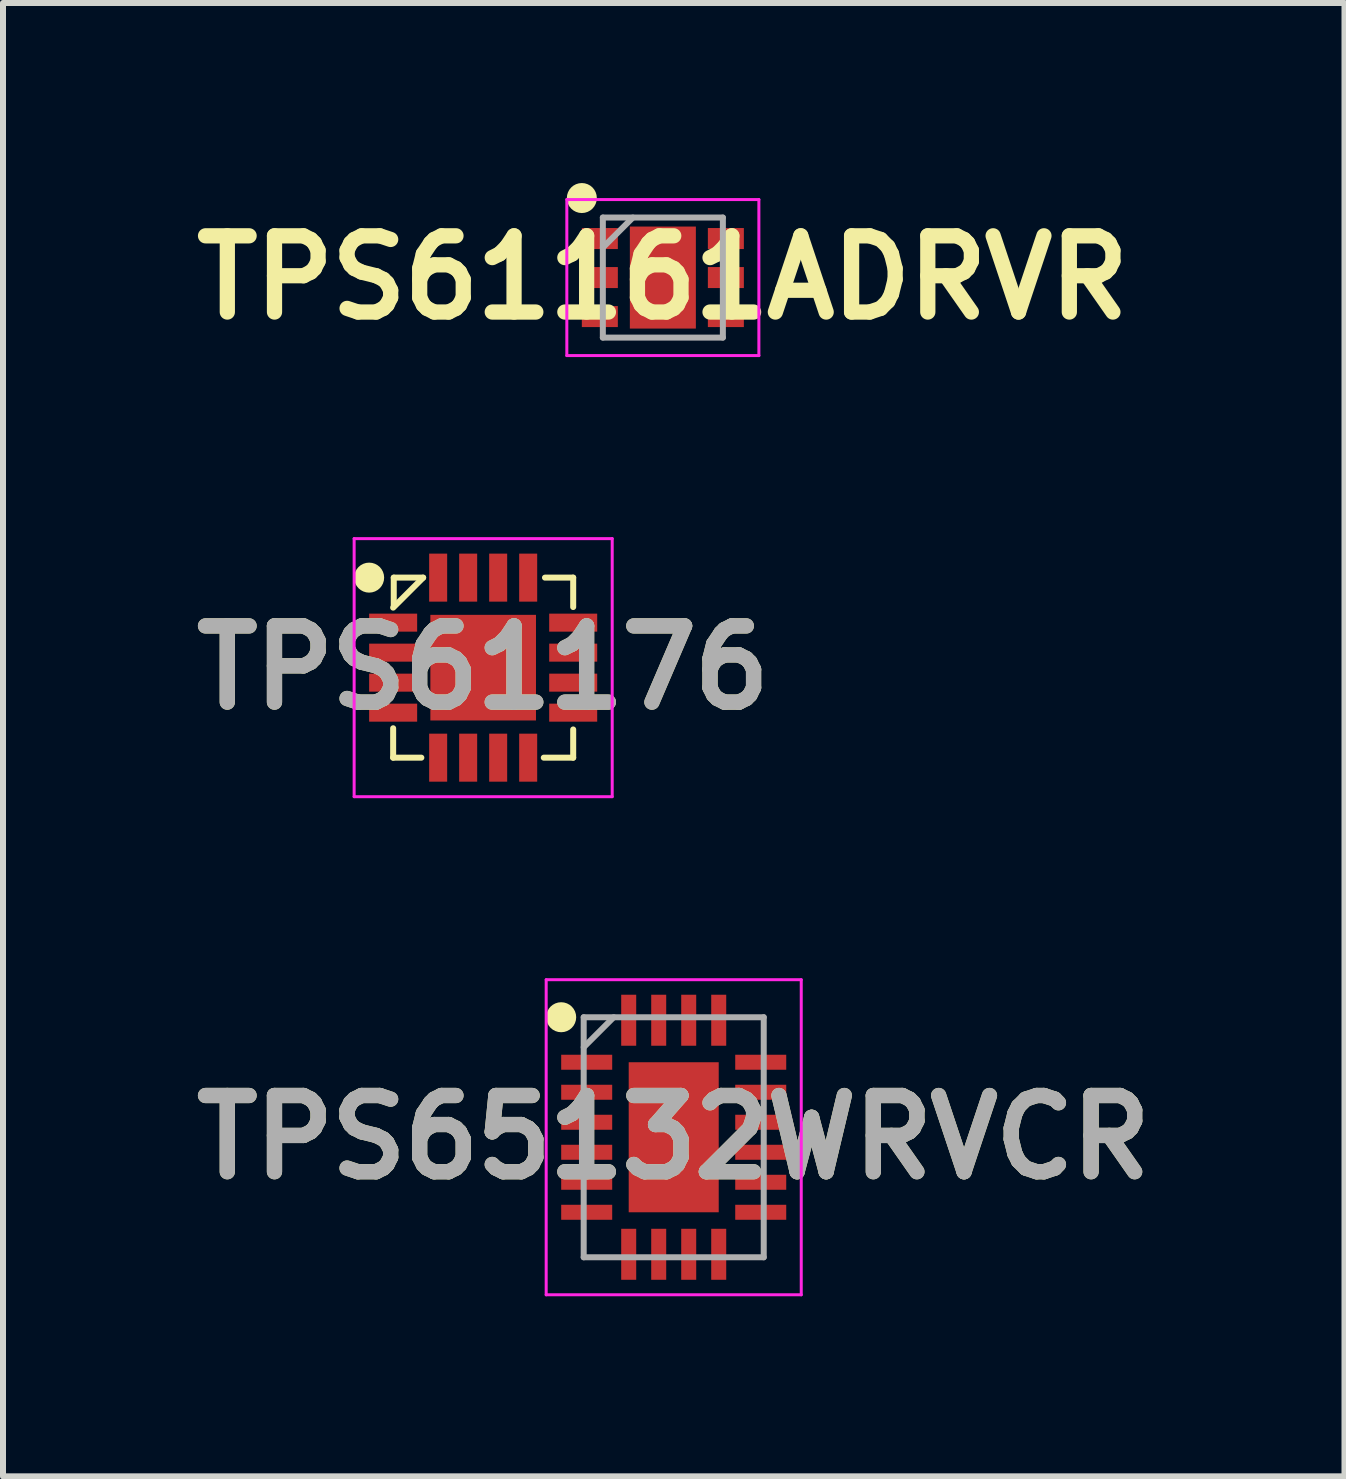
<source format=kicad_pcb>
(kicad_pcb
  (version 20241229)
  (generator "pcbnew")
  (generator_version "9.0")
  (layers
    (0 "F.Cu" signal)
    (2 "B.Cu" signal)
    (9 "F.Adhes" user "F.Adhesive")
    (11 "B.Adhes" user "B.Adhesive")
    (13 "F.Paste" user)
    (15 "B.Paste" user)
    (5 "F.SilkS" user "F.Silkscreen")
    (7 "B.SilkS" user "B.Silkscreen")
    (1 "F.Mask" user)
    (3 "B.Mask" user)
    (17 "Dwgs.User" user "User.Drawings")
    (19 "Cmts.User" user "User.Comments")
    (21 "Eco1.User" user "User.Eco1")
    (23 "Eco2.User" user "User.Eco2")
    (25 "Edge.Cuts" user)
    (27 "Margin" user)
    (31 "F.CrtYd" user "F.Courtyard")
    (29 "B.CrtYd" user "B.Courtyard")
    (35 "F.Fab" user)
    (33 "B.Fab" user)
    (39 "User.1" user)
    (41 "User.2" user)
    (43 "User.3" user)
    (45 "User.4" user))
  (footprint "TPS61161ADRVR"
    (layer "F.Cu")
    (at 7.995 1.575)
    (property "Reference" "TPS61161ADRVR" (at 0 0 0) (layer "F.SilkS") (effects (font (size 1.27 1.27) (thickness 0.254))))
    (attr smd)
    (fp_circle (center -1.35 -1.325) (end -1.35 -1.2) (stroke (width 0.25) (type solid)) (fill no) (layer "F.SilkS"))
    (fp_line (start -1.6 -1.3) (end 1.6 -1.3) (stroke (width 0.05) (type solid)) (layer "F.CrtYd"))
    (fp_line (start -1.6 1.3) (end -1.6 -1.3) (stroke (width 0.05) (type solid)) (layer "F.CrtYd"))
    (fp_line (start 1.6 -1.3) (end 1.6 1.3) (stroke (width 0.05) (type solid)) (layer "F.CrtYd"))
    (fp_line (start 1.6 1.3) (end -1.6 1.3) (stroke (width 0.05) (type solid)) (layer "F.CrtYd"))
    (fp_line (start -1 -1) (end 1 -1) (stroke (width 0.1) (type solid)) (layer "F.Fab"))
    (fp_line (start -1 -0.5) (end -0.5 -1) (stroke (width 0.1) (type solid)) (layer "F.Fab"))
    (fp_line (start -1 1) (end -1 -1) (stroke (width 0.1) (type solid)) (layer "F.Fab"))
    (fp_line (start 1 -1) (end 1 1) (stroke (width 0.1) (type solid)) (layer "F.Fab"))
    (fp_line (start 1 1) (end -1 1) (stroke (width 0.1) (type solid)) (layer "F.Fab"))
    (pad "1" smd rect (at -1.05 -0.65 90) (size 0.35 0.6) (layers "F.Cu" "F.Mask" "F.Paste"))
    (pad "2" smd rect (at -1.05 0 90) (size 0.35 0.6) (layers "F.Cu" "F.Mask" "F.Paste"))
    (pad "3" smd rect (at -1.05 0.65 90) (size 0.35 0.6) (layers "F.Cu" "F.Mask" "F.Paste"))
    (pad "4" smd rect (at 1.05 0.65 90) (size 0.35 0.6) (layers "F.Cu" "F.Mask" "F.Paste"))
    (pad "5" smd rect (at 1.05 0 90) (size 0.35 0.6) (layers "F.Cu" "F.Mask" "F.Paste"))
    (pad "6" smd rect (at 1.05 -0.65 90) (size 0.35 0.6) (layers "F.Cu" "F.Mask" "F.Paste"))
    (pad "7" smd rect (at 0 0) (size 1.1 1.7) (layers "F.Cu" "F.Mask" "F.Paste")))
  (footprint "TPS65132WRVCR"
    (layer "F.Cu")
    (at 8.176 15.9)
    (property "Reference" "TPS65132WRVCR" (at 0 0 0) (layer "F.SilkS") (effects (font (size 1.27 1.27) (thickness 0.254))))
    (attr smd)
    (fp_circle (center -1.875 -2) (end -1.875 -1.875) (stroke (width 0.25) (type solid)) (fill no) (layer "F.SilkS"))
    (fp_rect (start -0.645 -1.14) (end 0.635 -0.14) (stroke (width 0.12) (type solid)) (fill yes) (layer "F.Paste"))
    (fp_rect (start -0.64 0.14) (end 0.64 1.14) (stroke (width 0.12) (type solid)) (fill yes) (layer "F.Paste"))
    (fp_line (start -2.125 -2.625) (end 2.125 -2.625) (stroke (width 0.05) (type solid)) (layer "F.CrtYd"))
    (fp_line (start -2.125 2.625) (end -2.125 -2.625) (stroke (width 0.05) (type solid)) (layer "F.CrtYd"))
    (fp_line (start 2.125 -2.625) (end 2.125 2.625) (stroke (width 0.05) (type solid)) (layer "F.CrtYd"))
    (fp_line (start 2.125 2.625) (end -2.125 2.625) (stroke (width 0.05) (type solid)) (layer "F.CrtYd"))
    (fp_line (start -1.5 -2) (end 1.5 -2) (stroke (width 0.1) (type solid)) (layer "F.Fab"))
    (fp_line (start -1.5 -1.5) (end -1 -2) (stroke (width 0.1) (type solid)) (layer "F.Fab"))
    (fp_line (start -1.5 2) (end -1.5 -2) (stroke (width 0.1) (type solid)) (layer "F.Fab"))
    (fp_line (start 1.5 -2) (end 1.5 2) (stroke (width 0.1) (type solid)) (layer "F.Fab"))
    (fp_line (start 1.5 2) (end -1.5 2) (stroke (width 0.1) (type solid)) (layer "F.Fab"))
    (fp_text user "${REFERENCE}" (at 0 0 0) (layer "F.Fab") (effects (font (size 1.27 1.27) (thickness 0.254))))
    (pad "1" smd rect (at -1.45 -1.25 90) (size 0.25 0.85) (layers "F.Cu" "F.Mask" "F.Paste"))
    (pad "2" smd rect (at -1.45 -0.75 90) (size 0.25 0.85) (layers "F.Cu" "F.Mask" "F.Paste"))
    (pad "3" smd rect (at -1.45 -0.25 90) (size 0.25 0.85) (layers "F.Cu" "F.Mask" "F.Paste"))
    (pad "4" smd rect (at -1.45 0.25 90) (size 0.25 0.85) (layers "F.Cu" "F.Mask" "F.Paste"))
    (pad "5" smd rect (at -1.45 0.75 90) (size 0.25 0.85) (layers "F.Cu" "F.Mask" "F.Paste"))
    (pad "6" smd rect (at -1.45 1.25 90) (size 0.25 0.85) (layers "F.Cu" "F.Mask" "F.Paste"))
    (pad "7" smd rect (at -0.75 1.95) (size 0.25 0.85) (layers "F.Cu" "F.Mask" "F.Paste"))
    (pad "8" smd rect (at -0.25 1.95) (size 0.25 0.85) (layers "F.Cu" "F.Mask" "F.Paste"))
    (pad "9" smd rect (at 0.25 1.95) (size 0.25 0.85) (layers "F.Cu" "F.Mask" "F.Paste"))
    (pad "10" smd rect (at 0.75 1.95) (size 0.25 0.85) (layers "F.Cu" "F.Mask" "F.Paste"))
    (pad "11" smd rect (at 1.45 1.25 90) (size 0.25 0.85) (layers "F.Cu" "F.Mask" "F.Paste"))
    (pad "12" smd rect (at 1.45 0.75 90) (size 0.25 0.85) (layers "F.Cu" "F.Mask" "F.Paste"))
    (pad "13" smd rect (at 1.45 0.25 90) (size 0.25 0.85) (layers "F.Cu" "F.Mask" "F.Paste"))
    (pad "14" smd rect (at 1.45 -0.25 90) (size 0.25 0.85) (layers "F.Cu" "F.Mask" "F.Paste"))
    (pad "15" smd rect (at 1.45 -0.75 90) (size 0.25 0.85) (layers "F.Cu" "F.Mask" "F.Paste"))
    (pad "16" smd rect (at 1.45 -1.25 90) (size 0.25 0.85) (layers "F.Cu" "F.Mask" "F.Paste"))
    (pad "17" smd rect (at 0.75 -1.95) (size 0.25 0.85) (layers "F.Cu" "F.Mask" "F.Paste"))
    (pad "18" smd rect (at 0.25 -1.95) (size 0.25 0.85) (layers "F.Cu" "F.Mask" "F.Paste"))
    (pad "19" smd rect (at -0.25 -1.95) (size 0.25 0.85) (layers "F.Cu" "F.Mask" "F.Paste"))
    (pad "20" smd rect (at -0.75 -1.95) (size 0.25 0.85) (layers "F.Cu" "F.Mask" "F.Paste"))
    (pad "21" smd rect (at 0 0) (size 1.5 2.5) (layers "F.Cu" "F.Mask")))
  (footprint "TPS61176"
    (layer "F.Cu")
    (at 5.001 8.075)
    (property "Reference" "TPS61176" (at 0 0 0) (layer "F.SilkS") (effects (font (size 1.27 1.27) (thickness 0.254))))
    (attr smd)
    (fp_line (start -1.5 -1) (end -1 -1.5) (stroke (width 0.1) (type solid)) (layer "F.SilkS"))
    (fp_line (start -1.5 1.5) (end -1.5 1.01) (stroke (width 0.1) (type solid)) (layer "F.SilkS"))
    (fp_line (start -1.49 -1.5) (end -1 -1.5) (stroke (width 0.1) (type solid)) (layer "F.SilkS"))
    (fp_line (start -1.49 -1.03) (end -1.49 -1.5) (stroke (width 0.1) (type solid)) (layer "F.SilkS"))
    (fp_line (start -1.03 1.5) (end -1.5 1.5) (stroke (width 0.1) (type solid)) (layer "F.SilkS"))
    (fp_line (start 1.03 -1.5) (end 1.5 -1.5) (stroke (width 0.1) (type solid)) (layer "F.SilkS"))
    (fp_line (start 1.5 -1.5) (end 1.5 -1.01) (stroke (width 0.1) (type solid)) (layer "F.SilkS"))
    (fp_line (start 1.5 1.03) (end 1.5 1.5) (stroke (width 0.1) (type solid)) (layer "F.SilkS"))
    (fp_line (start 1.5 1.5) (end 1.01 1.5) (stroke (width 0.1) (type solid)) (layer "F.SilkS"))
    (fp_circle (center -1.9 -1.5) (end -1.9 -1.375) (stroke (width 0.25) (type solid)) (fill no) (layer "F.SilkS"))
    (fp_line (start -2.15 -2.15) (end 2.15 -2.15) (stroke (width 0.05) (type solid)) (layer "F.CrtYd"))
    (fp_line (start -2.15 2.15) (end -2.15 -2.15) (stroke (width 0.05) (type solid)) (layer "F.CrtYd"))
    (fp_line (start 2.15 -2.15) (end 2.15 2.15) (stroke (width 0.05) (type solid)) (layer "F.CrtYd"))
    (fp_line (start 2.15 2.15) (end -2.15 2.15) (stroke (width 0.05) (type solid)) (layer "F.CrtYd"))
    (fp_text user "${REFERENCE}" (at 0 0 0) (layer "F.Fab") (effects (font (size 1.27 1.27) (thickness 0.254))))
    (pad "1" smd rect (at -1.5 -0.75 90) (size 0.3 0.8) (layers "F.Cu" "F.Mask" "F.Paste"))
    (pad "2" smd rect (at -1.5 -0.25 90) (size 0.3 0.8) (layers "F.Cu" "F.Mask" "F.Paste"))
    (pad "3" smd rect (at -1.5 0.25 90) (size 0.3 0.8) (layers "F.Cu" "F.Mask" "F.Paste"))
    (pad "4" smd rect (at -1.5 0.75 90) (size 0.3 0.8) (layers "F.Cu" "F.Mask" "F.Paste"))
    (pad "5" smd rect (at -0.75 1.5) (size 0.3 0.8) (layers "F.Cu" "F.Mask" "F.Paste"))
    (pad "6" smd rect (at -0.25 1.5) (size 0.3 0.8) (layers "F.Cu" "F.Mask" "F.Paste"))
    (pad "7" smd rect (at 0.25 1.5) (size 0.3 0.8) (layers "F.Cu" "F.Mask" "F.Paste"))
    (pad "8" smd rect (at 0.75 1.5) (size 0.3 0.8) (layers "F.Cu" "F.Mask" "F.Paste"))
    (pad "9" smd rect (at 1.5 0.75 90) (size 0.3 0.8) (layers "F.Cu" "F.Mask" "F.Paste"))
    (pad "10" smd rect (at 1.5 0.25 90) (size 0.3 0.8) (layers "F.Cu" "F.Mask" "F.Paste"))
    (pad "11" smd rect (at 1.5 -0.25 90) (size 0.3 0.8) (layers "F.Cu" "F.Mask" "F.Paste"))
    (pad "12" smd rect (at 1.5 -0.75 90) (size 0.3 0.8) (layers "F.Cu" "F.Mask" "F.Paste"))
    (pad "13" smd rect (at 0.75 -1.5) (size 0.3 0.8) (layers "F.Cu" "F.Mask" "F.Paste"))
    (pad "14" smd rect (at 0.25 -1.5) (size 0.3 0.8) (layers "F.Cu" "F.Mask" "F.Paste"))
    (pad "15" smd rect (at -0.25 -1.5) (size 0.3 0.8) (layers "F.Cu" "F.Mask" "F.Paste"))
    (pad "16" smd rect (at -0.75 -1.5) (size 0.3 0.8) (layers "F.Cu" "F.Mask" "F.Paste"))
    (pad "17" smd rect (at 0 0) (size 1.76 1.76) (layers "F.Cu" "F.Mask" "F.Paste")))
  (gr_rect
    (start -3 -3)
    (end 19.353 21.55)
    (stroke (width 0.1) (type default))
    (fill no)
    (layer "Edge.Cuts")))
</source>
